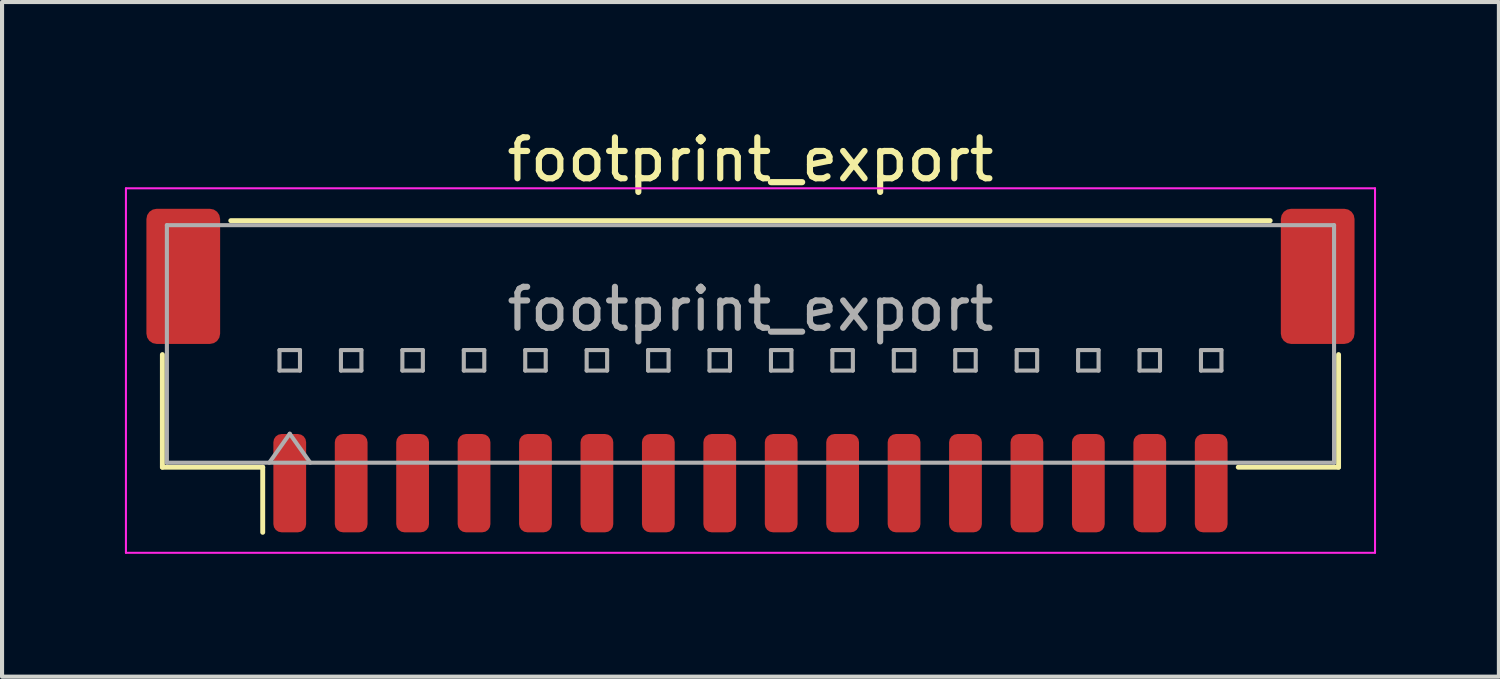
<source format=kicad_pcb>
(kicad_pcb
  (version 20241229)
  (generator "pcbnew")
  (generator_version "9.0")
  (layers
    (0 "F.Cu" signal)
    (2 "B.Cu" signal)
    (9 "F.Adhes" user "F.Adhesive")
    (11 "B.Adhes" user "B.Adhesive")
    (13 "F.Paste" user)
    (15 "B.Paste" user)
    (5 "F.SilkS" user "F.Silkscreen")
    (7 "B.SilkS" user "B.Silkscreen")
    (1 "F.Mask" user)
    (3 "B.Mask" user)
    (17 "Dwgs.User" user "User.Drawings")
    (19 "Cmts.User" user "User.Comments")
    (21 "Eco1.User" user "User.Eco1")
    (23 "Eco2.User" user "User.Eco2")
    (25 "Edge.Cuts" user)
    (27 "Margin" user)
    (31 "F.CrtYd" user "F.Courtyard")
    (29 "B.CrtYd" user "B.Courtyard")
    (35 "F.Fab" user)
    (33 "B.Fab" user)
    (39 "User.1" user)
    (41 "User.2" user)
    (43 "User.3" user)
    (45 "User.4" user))
  (footprint "footprint_export"
    (layer "F.Cu")
    (at 15.275 5.998)
    (property "Reference" "footprint_export" (at 0 -5.15 0) (layer "F.SilkS") (effects (font (size 1 1) (thickness 0.15))))
    (attr smd)
    (fp_line (start -14.36 -0.39) (end -14.36 2.36) (stroke (width 0.12) (type solid)) (layer "F.SilkS"))
    (fp_line (start -14.36 2.36) (end -11.91 2.36) (stroke (width 0.12) (type solid)) (layer "F.SilkS"))
    (fp_line (start -12.69 -3.66) (end 12.69 -3.66) (stroke (width 0.12) (type solid)) (layer "F.SilkS"))
    (fp_line (start -11.91 2.36) (end -11.91 3.95) (stroke (width 0.12) (type solid)) (layer "F.SilkS"))
    (fp_line (start 14.36 -0.39) (end 14.36 2.36) (stroke (width 0.12) (type solid)) (layer "F.SilkS"))
    (fp_line (start 14.36 2.36) (end 11.91 2.36) (stroke (width 0.12) (type solid)) (layer "F.SilkS"))
    (fp_line (start -15.25 -4.45) (end -15.25 4.45) (stroke (width 0.05) (type solid)) (layer "F.CrtYd"))
    (fp_line (start -15.25 4.45) (end 15.25 4.45) (stroke (width 0.05) (type solid)) (layer "F.CrtYd"))
    (fp_line (start 15.25 -4.45) (end -15.25 -4.45) (stroke (width 0.05) (type solid)) (layer "F.CrtYd"))
    (fp_line (start 15.25 4.45) (end 15.25 -4.45) (stroke (width 0.05) (type solid)) (layer "F.CrtYd"))
    (fp_line (start -14.25 -3.55) (end 14.25 -3.55) (stroke (width 0.1) (type solid)) (layer "F.Fab"))
    (fp_line (start -14.25 2.25) (end -14.25 -3.55) (stroke (width 0.1) (type solid)) (layer "F.Fab"))
    (fp_line (start -14.25 2.25) (end 14.25 2.25) (stroke (width 0.1) (type solid)) (layer "F.Fab"))
    (fp_line (start -11.75 2.25) (end -11.25 1.543) (stroke (width 0.1) (type solid)) (layer "F.Fab"))
    (fp_line (start -11.5 -0.5) (end -11.5 0) (stroke (width 0.1) (type solid)) (layer "F.Fab"))
    (fp_line (start -11.5 0) (end -11 0) (stroke (width 0.1) (type solid)) (layer "F.Fab"))
    (fp_line (start -11.25 1.543) (end -10.75 2.25) (stroke (width 0.1) (type solid)) (layer "F.Fab"))
    (fp_line (start -11 -0.5) (end -11.5 -0.5) (stroke (width 0.1) (type solid)) (layer "F.Fab"))
    (fp_line (start -11 0) (end -11 -0.5) (stroke (width 0.1) (type solid)) (layer "F.Fab"))
    (fp_line (start -10 -0.5) (end -10 0) (stroke (width 0.1) (type solid)) (layer "F.Fab"))
    (fp_line (start -10 0) (end -9.5 0) (stroke (width 0.1) (type solid)) (layer "F.Fab"))
    (fp_line (start -9.5 -0.5) (end -10 -0.5) (stroke (width 0.1) (type solid)) (layer "F.Fab"))
    (fp_line (start -9.5 0) (end -9.5 -0.5) (stroke (width 0.1) (type solid)) (layer "F.Fab"))
    (fp_line (start -8.5 -0.5) (end -8.5 0) (stroke (width 0.1) (type solid)) (layer "F.Fab"))
    (fp_line (start -8.5 0) (end -8 0) (stroke (width 0.1) (type solid)) (layer "F.Fab"))
    (fp_line (start -8 -0.5) (end -8.5 -0.5) (stroke (width 0.1) (type solid)) (layer "F.Fab"))
    (fp_line (start -8 0) (end -8 -0.5) (stroke (width 0.1) (type solid)) (layer "F.Fab"))
    (fp_line (start -7 -0.5) (end -7 0) (stroke (width 0.1) (type solid)) (layer "F.Fab"))
    (fp_line (start -7 0) (end -6.5 0) (stroke (width 0.1) (type solid)) (layer "F.Fab"))
    (fp_line (start -6.5 -0.5) (end -7 -0.5) (stroke (width 0.1) (type solid)) (layer "F.Fab"))
    (fp_line (start -6.5 0) (end -6.5 -0.5) (stroke (width 0.1) (type solid)) (layer "F.Fab"))
    (fp_line (start -5.5 -0.5) (end -5.5 0) (stroke (width 0.1) (type solid)) (layer "F.Fab"))
    (fp_line (start -5.5 0) (end -5 0) (stroke (width 0.1) (type solid)) (layer "F.Fab"))
    (fp_line (start -5 -0.5) (end -5.5 -0.5) (stroke (width 0.1) (type solid)) (layer "F.Fab"))
    (fp_line (start -5 0) (end -5 -0.5) (stroke (width 0.1) (type solid)) (layer "F.Fab"))
    (fp_line (start -4 -0.5) (end -4 0) (stroke (width 0.1) (type solid)) (layer "F.Fab"))
    (fp_line (start -4 0) (end -3.5 0) (stroke (width 0.1) (type solid)) (layer "F.Fab"))
    (fp_line (start -3.5 -0.5) (end -4 -0.5) (stroke (width 0.1) (type solid)) (layer "F.Fab"))
    (fp_line (start -3.5 0) (end -3.5 -0.5) (stroke (width 0.1) (type solid)) (layer "F.Fab"))
    (fp_line (start -2.5 -0.5) (end -2.5 0) (stroke (width 0.1) (type solid)) (layer "F.Fab"))
    (fp_line (start -2.5 0) (end -2 0) (stroke (width 0.1) (type solid)) (layer "F.Fab"))
    (fp_line (start -2 -0.5) (end -2.5 -0.5) (stroke (width 0.1) (type solid)) (layer "F.Fab"))
    (fp_line (start -2 0) (end -2 -0.5) (stroke (width 0.1) (type solid)) (layer "F.Fab"))
    (fp_line (start -1 -0.5) (end -1 0) (stroke (width 0.1) (type solid)) (layer "F.Fab"))
    (fp_line (start -1 0) (end -0.5 0) (stroke (width 0.1) (type solid)) (layer "F.Fab"))
    (fp_line (start -0.5 -0.5) (end -1 -0.5) (stroke (width 0.1) (type solid)) (layer "F.Fab"))
    (fp_line (start -0.5 0) (end -0.5 -0.5) (stroke (width 0.1) (type solid)) (layer "F.Fab"))
    (fp_line (start 0.5 -0.5) (end 0.5 0) (stroke (width 0.1) (type solid)) (layer "F.Fab"))
    (fp_line (start 0.5 0) (end 1 0) (stroke (width 0.1) (type solid)) (layer "F.Fab"))
    (fp_line (start 1 -0.5) (end 0.5 -0.5) (stroke (width 0.1) (type solid)) (layer "F.Fab"))
    (fp_line (start 1 0) (end 1 -0.5) (stroke (width 0.1) (type solid)) (layer "F.Fab"))
    (fp_line (start 2 -0.5) (end 2 0) (stroke (width 0.1) (type solid)) (layer "F.Fab"))
    (fp_line (start 2 0) (end 2.5 0) (stroke (width 0.1) (type solid)) (layer "F.Fab"))
    (fp_line (start 2.5 -0.5) (end 2 -0.5) (stroke (width 0.1) (type solid)) (layer "F.Fab"))
    (fp_line (start 2.5 0) (end 2.5 -0.5) (stroke (width 0.1) (type solid)) (layer "F.Fab"))
    (fp_line (start 3.5 -0.5) (end 3.5 0) (stroke (width 0.1) (type solid)) (layer "F.Fab"))
    (fp_line (start 3.5 0) (end 4 0) (stroke (width 0.1) (type solid)) (layer "F.Fab"))
    (fp_line (start 4 -0.5) (end 3.5 -0.5) (stroke (width 0.1) (type solid)) (layer "F.Fab"))
    (fp_line (start 4 0) (end 4 -0.5) (stroke (width 0.1) (type solid)) (layer "F.Fab"))
    (fp_line (start 5 -0.5) (end 5 0) (stroke (width 0.1) (type solid)) (layer "F.Fab"))
    (fp_line (start 5 0) (end 5.5 0) (stroke (width 0.1) (type solid)) (layer "F.Fab"))
    (fp_line (start 5.5 -0.5) (end 5 -0.5) (stroke (width 0.1) (type solid)) (layer "F.Fab"))
    (fp_line (start 5.5 0) (end 5.5 -0.5) (stroke (width 0.1) (type solid)) (layer "F.Fab"))
    (fp_line (start 6.5 -0.5) (end 6.5 0) (stroke (width 0.1) (type solid)) (layer "F.Fab"))
    (fp_line (start 6.5 0) (end 7 0) (stroke (width 0.1) (type solid)) (layer "F.Fab"))
    (fp_line (start 7 -0.5) (end 6.5 -0.5) (stroke (width 0.1) (type solid)) (layer "F.Fab"))
    (fp_line (start 7 0) (end 7 -0.5) (stroke (width 0.1) (type solid)) (layer "F.Fab"))
    (fp_line (start 8 -0.5) (end 8 0) (stroke (width 0.1) (type solid)) (layer "F.Fab"))
    (fp_line (start 8 0) (end 8.5 0) (stroke (width 0.1) (type solid)) (layer "F.Fab"))
    (fp_line (start 8.5 -0.5) (end 8 -0.5) (stroke (width 0.1) (type solid)) (layer "F.Fab"))
    (fp_line (start 8.5 0) (end 8.5 -0.5) (stroke (width 0.1) (type solid)) (layer "F.Fab"))
    (fp_line (start 9.5 -0.5) (end 9.5 0) (stroke (width 0.1) (type solid)) (layer "F.Fab"))
    (fp_line (start 9.5 0) (end 10 0) (stroke (width 0.1) (type solid)) (layer "F.Fab"))
    (fp_line (start 10 -0.5) (end 9.5 -0.5) (stroke (width 0.1) (type solid)) (layer "F.Fab"))
    (fp_line (start 10 0) (end 10 -0.5) (stroke (width 0.1) (type solid)) (layer "F.Fab"))
    (fp_line (start 11 -0.5) (end 11 0) (stroke (width 0.1) (type solid)) (layer "F.Fab"))
    (fp_line (start 11 0) (end 11.5 0) (stroke (width 0.1) (type solid)) (layer "F.Fab"))
    (fp_line (start 11.5 -0.5) (end 11 -0.5) (stroke (width 0.1) (type solid)) (layer "F.Fab"))
    (fp_line (start 11.5 0) (end 11.5 -0.5) (stroke (width 0.1) (type solid)) (layer "F.Fab"))
    (fp_line (start 14.25 2.25) (end 14.25 -3.55) (stroke (width 0.1) (type solid)) (layer "F.Fab"))
    (fp_text user "${REFERENCE}" (at 0 -1.5 0) (layer "F.Fab") (effects (font (size 1 1) (thickness 0.15))))
    (pad "1" smd roundrect (at -11.25 2.75) (size 0.8 2.4) (layers "F.Cu" "F.Mask" "F.Paste") (roundrect_rratio 0.25))
    (pad "2" smd roundrect (at -9.75 2.75) (size 0.8 2.4) (layers "F.Cu" "F.Mask" "F.Paste") (roundrect_rratio 0.25))
    (pad "3" smd roundrect (at -8.25 2.75) (size 0.8 2.4) (layers "F.Cu" "F.Mask" "F.Paste") (roundrect_rratio 0.25))
    (pad "4" smd roundrect (at -6.75 2.75) (size 0.8 2.4) (layers "F.Cu" "F.Mask" "F.Paste") (roundrect_rratio 0.25))
    (pad "5" smd roundrect (at -5.25 2.75) (size 0.8 2.4) (layers "F.Cu" "F.Mask" "F.Paste") (roundrect_rratio 0.25))
    (pad "6" smd roundrect (at -3.75 2.75) (size 0.8 2.4) (layers "F.Cu" "F.Mask" "F.Paste") (roundrect_rratio 0.25))
    (pad "7" smd roundrect (at -2.25 2.75) (size 0.8 2.4) (layers "F.Cu" "F.Mask" "F.Paste") (roundrect_rratio 0.25))
    (pad "8" smd roundrect (at -0.75 2.75) (size 0.8 2.4) (layers "F.Cu" "F.Mask" "F.Paste") (roundrect_rratio 0.25))
    (pad "9" smd roundrect (at 0.75 2.75) (size 0.8 2.4) (layers "F.Cu" "F.Mask" "F.Paste") (roundrect_rratio 0.25))
    (pad "10" smd roundrect (at 2.25 2.75) (size 0.8 2.4) (layers "F.Cu" "F.Mask" "F.Paste") (roundrect_rratio 0.25))
    (pad "11" smd roundrect (at 3.75 2.75) (size 0.8 2.4) (layers "F.Cu" "F.Mask" "F.Paste") (roundrect_rratio 0.25))
    (pad "12" smd roundrect (at 5.25 2.75) (size 0.8 2.4) (layers "F.Cu" "F.Mask" "F.Paste") (roundrect_rratio 0.25))
    (pad "13" smd roundrect (at 6.75 2.75) (size 0.8 2.4) (layers "F.Cu" "F.Mask" "F.Paste") (roundrect_rratio 0.25))
    (pad "14" smd roundrect (at 8.25 2.75) (size 0.8 2.4) (layers "F.Cu" "F.Mask" "F.Paste") (roundrect_rratio 0.25))
    (pad "15" smd roundrect (at 9.75 2.75) (size 0.8 2.4) (layers "F.Cu" "F.Mask" "F.Paste") (roundrect_rratio 0.25))
    (pad "16" smd roundrect (at 11.25 2.75) (size 0.8 2.4) (layers "F.Cu" "F.Mask" "F.Paste") (roundrect_rratio 0.25))
    (pad "MP" smd roundrect (at -13.85 -2.3) (size 1.8 3.3) (layers "F.Cu" "F.Mask" "F.Paste") (roundrect_rratio 0.139))
    (pad "MP" smd roundrect (at 13.85 -2.3) (size 1.8 3.3) (layers "F.Cu" "F.Mask" "F.Paste") (roundrect_rratio 0.139)))
  (gr_rect
    (start -3 -3)
    (end 33.55 13.473)
    (stroke (width 0.1) (type default))
    (fill no)
    (layer "Edge.Cuts")))
</source>
